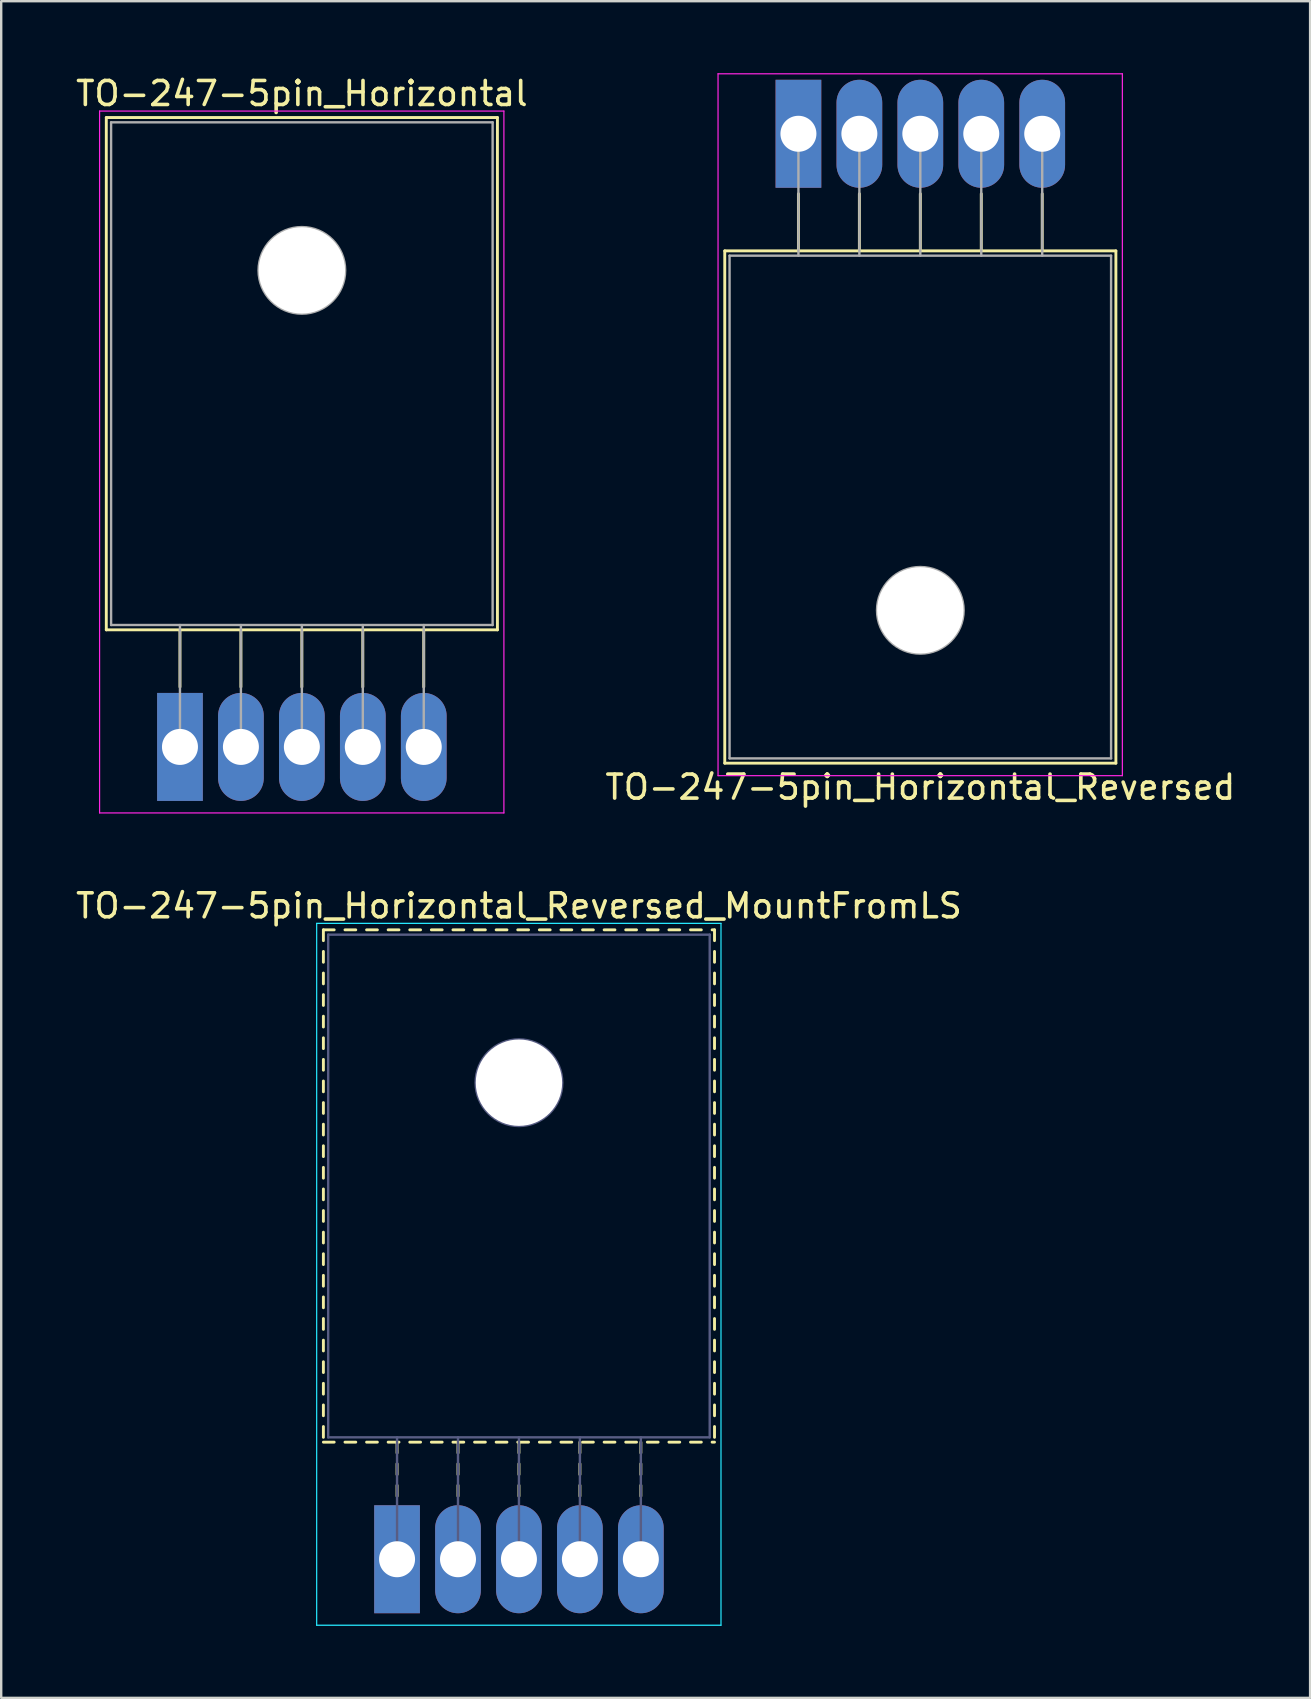
<source format=kicad_pcb>
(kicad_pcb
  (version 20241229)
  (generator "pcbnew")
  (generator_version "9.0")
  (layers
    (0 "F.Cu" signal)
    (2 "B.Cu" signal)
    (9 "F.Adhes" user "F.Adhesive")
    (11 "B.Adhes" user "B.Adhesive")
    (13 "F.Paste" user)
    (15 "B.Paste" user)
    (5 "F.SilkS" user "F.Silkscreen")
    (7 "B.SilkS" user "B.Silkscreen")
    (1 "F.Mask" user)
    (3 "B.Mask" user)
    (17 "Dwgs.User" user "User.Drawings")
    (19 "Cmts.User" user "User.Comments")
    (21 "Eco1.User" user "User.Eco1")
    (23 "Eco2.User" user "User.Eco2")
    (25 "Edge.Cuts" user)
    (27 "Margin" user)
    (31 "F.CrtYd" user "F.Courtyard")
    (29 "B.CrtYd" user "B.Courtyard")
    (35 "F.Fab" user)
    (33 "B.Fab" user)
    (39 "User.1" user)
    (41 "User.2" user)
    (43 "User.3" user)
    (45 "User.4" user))
  (footprint "TO-247-5pin_Horizontal_Reversed_MountFromLS"
    (layer "F.Cu")
    (at 13.497 61.931)
    (property "Reference" "TO-247-5pin_Horizontal_Reversed_MountFromLS" (at 5.08 -27.23 0) (layer "F.SilkS") (effects (font (size 1 1) (thickness 0.15))))
    (attr through_hole)
    (fp_line (start -3.07 -26.23) (end -3.07 -25.78) (stroke (width 0.12) (type solid)) (layer "F.SilkS"))
    (fp_line (start -3.07 -26.23) (end -2.62 -26.23) (stroke (width 0.12) (type solid)) (layer "F.SilkS"))
    (fp_line (start -3.07 -25.33) (end -3.07 -24.88) (stroke (width 0.12) (type solid)) (layer "F.SilkS"))
    (fp_line (start -3.07 -24.43) (end -3.07 -23.98) (stroke (width 0.12) (type solid)) (layer "F.SilkS"))
    (fp_line (start -3.07 -23.53) (end -3.07 -23.08) (stroke (width 0.12) (type solid)) (layer "F.SilkS"))
    (fp_line (start -3.07 -22.631) (end -3.07 -22.181) (stroke (width 0.12) (type solid)) (layer "F.SilkS"))
    (fp_line (start -3.07 -21.731) (end -3.07 -21.281) (stroke (width 0.12) (type solid)) (layer "F.SilkS"))
    (fp_line (start -3.07 -20.831) (end -3.07 -20.381) (stroke (width 0.12) (type solid)) (layer "F.SilkS"))
    (fp_line (start -3.07 -19.931) (end -3.07 -19.481) (stroke (width 0.12) (type solid)) (layer "F.SilkS"))
    (fp_line (start -3.07 -19.031) (end -3.07 -18.581) (stroke (width 0.12) (type solid)) (layer "F.SilkS"))
    (fp_line (start -3.07 -18.131) (end -3.07 -17.681) (stroke (width 0.12) (type solid)) (layer "F.SilkS"))
    (fp_line (start -3.07 -17.231) (end -3.07 -16.781) (stroke (width 0.12) (type solid)) (layer "F.SilkS"))
    (fp_line (start -3.07 -16.331) (end -3.07 -15.881) (stroke (width 0.12) (type solid)) (layer "F.SilkS"))
    (fp_line (start -3.07 -15.431) (end -3.07 -14.981) (stroke (width 0.12) (type solid)) (layer "F.SilkS"))
    (fp_line (start -3.07 -14.531) (end -3.07 -14.081) (stroke (width 0.12) (type solid)) (layer "F.SilkS"))
    (fp_line (start -3.07 -13.631) (end -3.07 -13.181) (stroke (width 0.12) (type solid)) (layer "F.SilkS"))
    (fp_line (start -3.07 -12.731) (end -3.07 -12.281) (stroke (width 0.12) (type solid)) (layer "F.SilkS"))
    (fp_line (start -3.07 -11.831) (end -3.07 -11.381) (stroke (width 0.12) (type solid)) (layer "F.SilkS"))
    (fp_line (start -3.07 -10.931) (end -3.07 -10.481) (stroke (width 0.12) (type solid)) (layer "F.SilkS"))
    (fp_line (start -3.07 -10.031) (end -3.07 -9.581) (stroke (width 0.12) (type solid)) (layer "F.SilkS"))
    (fp_line (start -3.07 -9.131) (end -3.07 -8.681) (stroke (width 0.12) (type solid)) (layer "F.SilkS"))
    (fp_line (start -3.07 -8.231) (end -3.07 -7.781) (stroke (width 0.12) (type solid)) (layer "F.SilkS"))
    (fp_line (start -3.07 -7.331) (end -3.07 -6.881) (stroke (width 0.12) (type solid)) (layer "F.SilkS"))
    (fp_line (start -3.07 -6.431) (end -3.07 -5.981) (stroke (width 0.12) (type solid)) (layer "F.SilkS"))
    (fp_line (start -3.07 -5.531) (end -3.07 -5.081) (stroke (width 0.12) (type solid)) (layer "F.SilkS"))
    (fp_line (start -3.07 -4.88) (end -2.62 -4.88) (stroke (width 0.12) (type solid)) (layer "F.SilkS"))
    (fp_line (start -2.17 -26.23) (end -1.72 -26.23) (stroke (width 0.12) (type solid)) (layer "F.SilkS"))
    (fp_line (start -2.17 -4.88) (end -1.72 -4.88) (stroke (width 0.12) (type solid)) (layer "F.SilkS"))
    (fp_line (start -1.27 -26.23) (end -0.82 -26.23) (stroke (width 0.12) (type solid)) (layer "F.SilkS"))
    (fp_line (start -1.27 -4.88) (end -0.82 -4.88) (stroke (width 0.12) (type solid)) (layer "F.SilkS"))
    (fp_line (start -0.371 -26.23) (end 0.08 -26.23) (stroke (width 0.12) (type solid)) (layer "F.SilkS"))
    (fp_line (start -0.371 -4.88) (end 0.08 -4.88) (stroke (width 0.12) (type solid)) (layer "F.SilkS"))
    (fp_line (start 0 -4.88) (end 0 -4.43) (stroke (width 0.12) (type solid)) (layer "F.SilkS"))
    (fp_line (start 0 -3.98) (end 0 -3.53) (stroke (width 0.12) (type solid)) (layer "F.SilkS"))
    (fp_line (start 0 -3.08) (end 0 -2.63) (stroke (width 0.12) (type solid)) (layer "F.SilkS"))
    (fp_line (start 0.53 -26.23) (end 0.98 -26.23) (stroke (width 0.12) (type solid)) (layer "F.SilkS"))
    (fp_line (start 0.53 -4.88) (end 0.98 -4.88) (stroke (width 0.12) (type solid)) (layer "F.SilkS"))
    (fp_line (start 1.43 -26.23) (end 1.88 -26.23) (stroke (width 0.12) (type solid)) (layer "F.SilkS"))
    (fp_line (start 1.43 -4.88) (end 1.88 -4.88) (stroke (width 0.12) (type solid)) (layer "F.SilkS"))
    (fp_line (start 2.33 -26.23) (end 2.78 -26.23) (stroke (width 0.12) (type solid)) (layer "F.SilkS"))
    (fp_line (start 2.33 -4.88) (end 2.78 -4.88) (stroke (width 0.12) (type solid)) (layer "F.SilkS"))
    (fp_line (start 2.54 -4.88) (end 2.54 -4.43) (stroke (width 0.12) (type solid)) (layer "F.SilkS"))
    (fp_line (start 2.54 -3.98) (end 2.54 -3.53) (stroke (width 0.12) (type solid)) (layer "F.SilkS"))
    (fp_line (start 2.54 -3.08) (end 2.54 -2.63) (stroke (width 0.12) (type solid)) (layer "F.SilkS"))
    (fp_line (start 3.23 -26.23) (end 3.68 -26.23) (stroke (width 0.12) (type solid)) (layer "F.SilkS"))
    (fp_line (start 3.23 -4.88) (end 3.68 -4.88) (stroke (width 0.12) (type solid)) (layer "F.SilkS"))
    (fp_line (start 4.13 -26.23) (end 4.58 -26.23) (stroke (width 0.12) (type solid)) (layer "F.SilkS"))
    (fp_line (start 4.13 -4.88) (end 4.58 -4.88) (stroke (width 0.12) (type solid)) (layer "F.SilkS"))
    (fp_line (start 5.03 -26.23) (end 5.48 -26.23) (stroke (width 0.12) (type solid)) (layer "F.SilkS"))
    (fp_line (start 5.03 -4.88) (end 5.48 -4.88) (stroke (width 0.12) (type solid)) (layer "F.SilkS"))
    (fp_line (start 5.08 -4.88) (end 5.08 -4.43) (stroke (width 0.12) (type solid)) (layer "F.SilkS"))
    (fp_line (start 5.08 -3.98) (end 5.08 -3.53) (stroke (width 0.12) (type solid)) (layer "F.SilkS"))
    (fp_line (start 5.08 -3.08) (end 5.08 -2.63) (stroke (width 0.12) (type solid)) (layer "F.SilkS"))
    (fp_line (start 5.931 -26.23) (end 6.381 -26.23) (stroke (width 0.12) (type solid)) (layer "F.SilkS"))
    (fp_line (start 5.931 -4.88) (end 6.381 -4.88) (stroke (width 0.12) (type solid)) (layer "F.SilkS"))
    (fp_line (start 6.831 -26.23) (end 7.281 -26.23) (stroke (width 0.12) (type solid)) (layer "F.SilkS"))
    (fp_line (start 6.831 -4.88) (end 7.281 -4.88) (stroke (width 0.12) (type solid)) (layer "F.SilkS"))
    (fp_line (start 7.62 -4.88) (end 7.62 -4.43) (stroke (width 0.12) (type solid)) (layer "F.SilkS"))
    (fp_line (start 7.62 -3.98) (end 7.62 -3.53) (stroke (width 0.12) (type solid)) (layer "F.SilkS"))
    (fp_line (start 7.62 -3.08) (end 7.62 -2.63) (stroke (width 0.12) (type solid)) (layer "F.SilkS"))
    (fp_line (start 7.731 -26.23) (end 8.181 -26.23) (stroke (width 0.12) (type solid)) (layer "F.SilkS"))
    (fp_line (start 7.731 -4.88) (end 8.181 -4.88) (stroke (width 0.12) (type solid)) (layer "F.SilkS"))
    (fp_line (start 8.63 -26.23) (end 9.08 -26.23) (stroke (width 0.12) (type solid)) (layer "F.SilkS"))
    (fp_line (start 8.63 -4.88) (end 9.08 -4.88) (stroke (width 0.12) (type solid)) (layer "F.SilkS"))
    (fp_line (start 9.53 -26.23) (end 9.98 -26.23) (stroke (width 0.12) (type solid)) (layer "F.SilkS"))
    (fp_line (start 9.53 -4.88) (end 9.98 -4.88) (stroke (width 0.12) (type solid)) (layer "F.SilkS"))
    (fp_line (start 10.16 -4.88) (end 10.16 -4.43) (stroke (width 0.12) (type solid)) (layer "F.SilkS"))
    (fp_line (start 10.16 -3.98) (end 10.16 -3.53) (stroke (width 0.12) (type solid)) (layer "F.SilkS"))
    (fp_line (start 10.16 -3.08) (end 10.16 -2.63) (stroke (width 0.12) (type solid)) (layer "F.SilkS"))
    (fp_line (start 10.43 -26.23) (end 10.88 -26.23) (stroke (width 0.12) (type solid)) (layer "F.SilkS"))
    (fp_line (start 10.43 -4.88) (end 10.88 -4.88) (stroke (width 0.12) (type solid)) (layer "F.SilkS"))
    (fp_line (start 11.33 -26.23) (end 11.78 -26.23) (stroke (width 0.12) (type solid)) (layer "F.SilkS"))
    (fp_line (start 11.33 -4.88) (end 11.78 -4.88) (stroke (width 0.12) (type solid)) (layer "F.SilkS"))
    (fp_line (start 12.23 -26.23) (end 12.68 -26.23) (stroke (width 0.12) (type solid)) (layer "F.SilkS"))
    (fp_line (start 12.23 -4.88) (end 12.68 -4.88) (stroke (width 0.12) (type solid)) (layer "F.SilkS"))
    (fp_line (start 13.13 -26.23) (end 13.23 -26.23) (stroke (width 0.12) (type solid)) (layer "F.SilkS"))
    (fp_line (start 13.13 -4.88) (end 13.23 -4.88) (stroke (width 0.12) (type solid)) (layer "F.SilkS"))
    (fp_line (start 13.23 -26.23) (end 13.23 -25.78) (stroke (width 0.12) (type solid)) (layer "F.SilkS"))
    (fp_line (start 13.23 -25.33) (end 13.23 -24.88) (stroke (width 0.12) (type solid)) (layer "F.SilkS"))
    (fp_line (start 13.23 -24.43) (end 13.23 -23.98) (stroke (width 0.12) (type solid)) (layer "F.SilkS"))
    (fp_line (start 13.23 -23.53) (end 13.23 -23.08) (stroke (width 0.12) (type solid)) (layer "F.SilkS"))
    (fp_line (start 13.23 -22.631) (end 13.23 -22.181) (stroke (width 0.12) (type solid)) (layer "F.SilkS"))
    (fp_line (start 13.23 -21.731) (end 13.23 -21.281) (stroke (width 0.12) (type solid)) (layer "F.SilkS"))
    (fp_line (start 13.23 -20.831) (end 13.23 -20.381) (stroke (width 0.12) (type solid)) (layer "F.SilkS"))
    (fp_line (start 13.23 -19.931) (end 13.23 -19.481) (stroke (width 0.12) (type solid)) (layer "F.SilkS"))
    (fp_line (start 13.23 -19.031) (end 13.23 -18.581) (stroke (width 0.12) (type solid)) (layer "F.SilkS"))
    (fp_line (start 13.23 -18.131) (end 13.23 -17.681) (stroke (width 0.12) (type solid)) (layer "F.SilkS"))
    (fp_line (start 13.23 -17.231) (end 13.23 -16.781) (stroke (width 0.12) (type solid)) (layer "F.SilkS"))
    (fp_line (start 13.23 -16.331) (end 13.23 -15.881) (stroke (width 0.12) (type solid)) (layer "F.SilkS"))
    (fp_line (start 13.23 -15.431) (end 13.23 -14.981) (stroke (width 0.12) (type solid)) (layer "F.SilkS"))
    (fp_line (start 13.23 -14.531) (end 13.23 -14.081) (stroke (width 0.12) (type solid)) (layer "F.SilkS"))
    (fp_line (start 13.23 -13.631) (end 13.23 -13.181) (stroke (width 0.12) (type solid)) (layer "F.SilkS"))
    (fp_line (start 13.23 -12.731) (end 13.23 -12.281) (stroke (width 0.12) (type solid)) (layer "F.SilkS"))
    (fp_line (start 13.23 -11.831) (end 13.23 -11.381) (stroke (width 0.12) (type solid)) (layer "F.SilkS"))
    (fp_line (start 13.23 -10.931) (end 13.23 -10.481) (stroke (width 0.12) (type solid)) (layer "F.SilkS"))
    (fp_line (start 13.23 -10.031) (end 13.23 -9.581) (stroke (width 0.12) (type solid)) (layer "F.SilkS"))
    (fp_line (start 13.23 -9.131) (end 13.23 -8.681) (stroke (width 0.12) (type solid)) (layer "F.SilkS"))
    (fp_line (start 13.23 -8.231) (end 13.23 -7.781) (stroke (width 0.12) (type solid)) (layer "F.SilkS"))
    (fp_line (start 13.23 -7.331) (end 13.23 -6.881) (stroke (width 0.12) (type solid)) (layer "F.SilkS"))
    (fp_line (start 13.23 -6.431) (end 13.23 -5.981) (stroke (width 0.12) (type solid)) (layer "F.SilkS"))
    (fp_line (start 13.23 -5.531) (end 13.23 -5.081) (stroke (width 0.12) (type solid)) (layer "F.SilkS"))
    (fp_line (start -3.35 -26.5) (end -3.35 2.75) (stroke (width 0.05) (type solid)) (layer "B.CrtYd"))
    (fp_line (start -3.35 2.75) (end 13.5 2.75) (stroke (width 0.05) (type solid)) (layer "B.CrtYd"))
    (fp_line (start 13.5 -26.5) (end -3.35 -26.5) (stroke (width 0.05) (type solid)) (layer "B.CrtYd"))
    (fp_line (start 13.5 2.75) (end 13.5 -26.5) (stroke (width 0.05) (type solid)) (layer "B.CrtYd"))
    (fp_line (start -2.87 -26.03) (end 13.03 -26.03) (stroke (width 0.1) (type solid)) (layer "B.Fab"))
    (fp_line (start -2.87 -5.08) (end -2.87 -26.03) (stroke (width 0.1) (type solid)) (layer "B.Fab"))
    (fp_line (start 0 -5.08) (end 0 0) (stroke (width 0.1) (type solid)) (layer "B.Fab"))
    (fp_line (start 2.54 -5.08) (end 2.54 0) (stroke (width 0.1) (type solid)) (layer "B.Fab"))
    (fp_line (start 5.08 -5.08) (end 5.08 0) (stroke (width 0.1) (type solid)) (layer "B.Fab"))
    (fp_line (start 7.62 -5.08) (end 7.62 0) (stroke (width 0.1) (type solid)) (layer "B.Fab"))
    (fp_line (start 10.16 -5.08) (end 10.16 0) (stroke (width 0.1) (type solid)) (layer "B.Fab"))
    (fp_line (start 13.03 -26.03) (end 13.03 -5.08) (stroke (width 0.1) (type solid)) (layer "B.Fab"))
    (fp_line (start 13.03 -5.08) (end -2.87 -5.08) (stroke (width 0.1) (type solid)) (layer "B.Fab"))
    (fp_circle (center 5.08 -19.86) (end 6.885 -19.86) (stroke (width 0.1) (type solid)) (fill no) (layer "B.Fab"))
    (pad "" np_thru_hole oval (at 5.08 -19.86) (size 3.6 3.6) (drill 3.6) (layers "*.Cu" "*.Mask"))
    (pad "1" thru_hole rect (at 0 0) (size 1.905 4.5) (drill 1.5) (layers "*.Cu" "*.Mask"))
    (pad "2" thru_hole oval (at 2.54 0) (size 1.905 4.5) (drill 1.5) (layers "*.Cu" "*.Mask"))
    (pad "3" thru_hole oval (at 5.08 0) (size 1.905 4.5) (drill 1.5) (layers "*.Cu" "*.Mask"))
    (pad "4" thru_hole oval (at 7.62 0) (size 1.905 4.5) (drill 1.5) (layers "*.Cu" "*.Mask"))
    (pad "5" thru_hole oval (at 10.16 0) (size 1.905 4.5) (drill 1.5) (layers "*.Cu" "*.Mask")))
  (footprint "TO-247-5pin_Horizontal"
    (layer "F.Cu")
    (at 4.45 28.078)
    (property "Reference" "TO-247-5pin_Horizontal" (at 5.08 -27.23 0) (layer "F.SilkS") (effects (font (size 1 1) (thickness 0.15))))
    (attr through_hole)
    (fp_line (start -3.07 -26.23) (end -3.07 -4.88) (stroke (width 0.12) (type solid)) (layer "F.SilkS"))
    (fp_line (start -3.07 -26.23) (end 13.23 -26.23) (stroke (width 0.12) (type solid)) (layer "F.SilkS"))
    (fp_line (start -3.07 -4.88) (end 13.23 -4.88) (stroke (width 0.12) (type solid)) (layer "F.SilkS"))
    (fp_line (start 0 -4.88) (end 0 -2.5) (stroke (width 0.12) (type solid)) (layer "F.SilkS"))
    (fp_line (start 2.54 -4.88) (end 2.54 -2.5) (stroke (width 0.12) (type solid)) (layer "F.SilkS"))
    (fp_line (start 5.08 -4.88) (end 5.08 -2.5) (stroke (width 0.12) (type solid)) (layer "F.SilkS"))
    (fp_line (start 7.62 -4.88) (end 7.62 -2.5) (stroke (width 0.12) (type solid)) (layer "F.SilkS"))
    (fp_line (start 10.16 -4.88) (end 10.16 -2.5) (stroke (width 0.12) (type solid)) (layer "F.SilkS"))
    (fp_line (start 13.23 -26.23) (end 13.23 -4.88) (stroke (width 0.12) (type solid)) (layer "F.SilkS"))
    (fp_line (start -3.35 -26.5) (end -3.35 2.75) (stroke (width 0.05) (type solid)) (layer "F.CrtYd"))
    (fp_line (start -3.35 2.75) (end 13.5 2.75) (stroke (width 0.05) (type solid)) (layer "F.CrtYd"))
    (fp_line (start 13.5 -26.5) (end -3.35 -26.5) (stroke (width 0.05) (type solid)) (layer "F.CrtYd"))
    (fp_line (start 13.5 2.75) (end 13.5 -26.5) (stroke (width 0.05) (type solid)) (layer "F.CrtYd"))
    (fp_line (start -2.87 -26.03) (end 13.03 -26.03) (stroke (width 0.1) (type solid)) (layer "F.Fab"))
    (fp_line (start -2.87 -5.08) (end -2.87 -26.03) (stroke (width 0.1) (type solid)) (layer "F.Fab"))
    (fp_line (start 0 -5.08) (end 0 0) (stroke (width 0.1) (type solid)) (layer "F.Fab"))
    (fp_line (start 2.54 -5.08) (end 2.54 0) (stroke (width 0.1) (type solid)) (layer "F.Fab"))
    (fp_line (start 5.08 -5.08) (end 5.08 0) (stroke (width 0.1) (type solid)) (layer "F.Fab"))
    (fp_line (start 7.62 -5.08) (end 7.62 0) (stroke (width 0.1) (type solid)) (layer "F.Fab"))
    (fp_line (start 10.16 -5.08) (end 10.16 0) (stroke (width 0.1) (type solid)) (layer "F.Fab"))
    (fp_line (start 13.03 -26.03) (end 13.03 -5.08) (stroke (width 0.1) (type solid)) (layer "F.Fab"))
    (fp_line (start 13.03 -5.08) (end -2.87 -5.08) (stroke (width 0.1) (type solid)) (layer "F.Fab"))
    (fp_circle (center 5.08 -19.86) (end 6.885 -19.86) (stroke (width 0.1) (type solid)) (fill no) (layer "F.Fab"))
    (pad "" np_thru_hole oval (at 5.08 -19.86) (size 3.6 3.6) (drill 3.6) (layers "*.Cu" "*.Mask"))
    (pad "1" thru_hole rect (at 0 0) (size 1.905 4.5) (drill 1.5) (layers "*.Cu" "*.Mask"))
    (pad "2" thru_hole oval (at 2.54 0) (size 1.905 4.5) (drill 1.5) (layers "*.Cu" "*.Mask"))
    (pad "3" thru_hole oval (at 5.08 0) (size 1.905 4.5) (drill 1.5) (layers "*.Cu" "*.Mask"))
    (pad "4" thru_hole oval (at 7.62 0) (size 1.905 4.5) (drill 1.5) (layers "*.Cu" "*.Mask"))
    (pad "5" thru_hole oval (at 10.16 0) (size 1.905 4.5) (drill 1.5) (layers "*.Cu" "*.Mask")))
  (footprint "TO-247-5pin_Horizontal_Reversed"
    (layer "F.Cu")
    (at 30.224 2.525)
    (property "Reference" "TO-247-5pin_Horizontal_Reversed" (at 5.08 27.23 0) (layer "F.SilkS") (effects (font (size 1 1) (thickness 0.15))))
    (attr through_hole)
    (fp_line (start -3.07 4.88) (end -3.07 26.23) (stroke (width 0.12) (type solid)) (layer "F.SilkS"))
    (fp_line (start -3.07 4.88) (end 13.23 4.88) (stroke (width 0.12) (type solid)) (layer "F.SilkS"))
    (fp_line (start -3.07 26.23) (end 13.23 26.23) (stroke (width 0.12) (type solid)) (layer "F.SilkS"))
    (fp_line (start 0 2.5) (end 0 4.88) (stroke (width 0.12) (type solid)) (layer "F.SilkS"))
    (fp_line (start 2.54 2.5) (end 2.54 4.88) (stroke (width 0.12) (type solid)) (layer "F.SilkS"))
    (fp_line (start 5.08 2.5) (end 5.08 4.88) (stroke (width 0.12) (type solid)) (layer "F.SilkS"))
    (fp_line (start 7.62 2.5) (end 7.62 4.88) (stroke (width 0.12) (type solid)) (layer "F.SilkS"))
    (fp_line (start 10.16 2.5) (end 10.16 4.88) (stroke (width 0.12) (type solid)) (layer "F.SilkS"))
    (fp_line (start 13.23 4.88) (end 13.23 26.23) (stroke (width 0.12) (type solid)) (layer "F.SilkS"))
    (fp_line (start -3.35 -2.5) (end -3.35 26.75) (stroke (width 0.05) (type solid)) (layer "F.CrtYd"))
    (fp_line (start -3.35 26.75) (end 13.5 26.75) (stroke (width 0.05) (type solid)) (layer "F.CrtYd"))
    (fp_line (start 13.5 -2.5) (end -3.35 -2.5) (stroke (width 0.05) (type solid)) (layer "F.CrtYd"))
    (fp_line (start 13.5 26.75) (end 13.5 -2.5) (stroke (width 0.05) (type solid)) (layer "F.CrtYd"))
    (fp_line (start -2.87 5.08) (end -2.87 26.03) (stroke (width 0.1) (type solid)) (layer "F.Fab"))
    (fp_line (start -2.87 26.03) (end 13.03 26.03) (stroke (width 0.1) (type solid)) (layer "F.Fab"))
    (fp_line (start 0 5.08) (end 0 0) (stroke (width 0.1) (type solid)) (layer "F.Fab"))
    (fp_line (start 2.54 5.08) (end 2.54 0) (stroke (width 0.1) (type solid)) (layer "F.Fab"))
    (fp_line (start 5.08 5.08) (end 5.08 0) (stroke (width 0.1) (type solid)) (layer "F.Fab"))
    (fp_line (start 7.62 5.08) (end 7.62 0) (stroke (width 0.1) (type solid)) (layer "F.Fab"))
    (fp_line (start 10.16 5.08) (end 10.16 0) (stroke (width 0.1) (type solid)) (layer "F.Fab"))
    (fp_line (start 13.03 5.08) (end -2.87 5.08) (stroke (width 0.1) (type solid)) (layer "F.Fab"))
    (fp_line (start 13.03 26.03) (end 13.03 5.08) (stroke (width 0.1) (type solid)) (layer "F.Fab"))
    (fp_circle (center 5.08 19.86) (end 6.885 19.86) (stroke (width 0.1) (type solid)) (fill no) (layer "F.Fab"))
    (pad "" np_thru_hole oval (at 5.08 19.86) (size 3.6 3.6) (drill 3.6) (layers "*.Cu" "*.Mask"))
    (pad "1" thru_hole rect (at 0 0) (size 1.905 4.5) (drill 1.5) (layers "*.Cu" "*.Mask"))
    (pad "2" thru_hole oval (at 2.54 0) (size 1.905 4.5) (drill 1.5) (layers "*.Cu" "*.Mask"))
    (pad "3" thru_hole oval (at 5.08 0) (size 1.905 4.5) (drill 1.5) (layers "*.Cu" "*.Mask"))
    (pad "4" thru_hole oval (at 7.62 0) (size 1.905 4.5) (drill 1.5) (layers "*.Cu" "*.Mask"))
    (pad "5" thru_hole oval (at 10.16 0) (size 1.905 4.5) (drill 1.5) (layers "*.Cu" "*.Mask")))
  (gr_rect
    (start -3 -3)
    (end 51.548 67.707)
    (stroke (width 0.1) (type default))
    (fill no)
    (layer "Edge.Cuts")))
</source>
